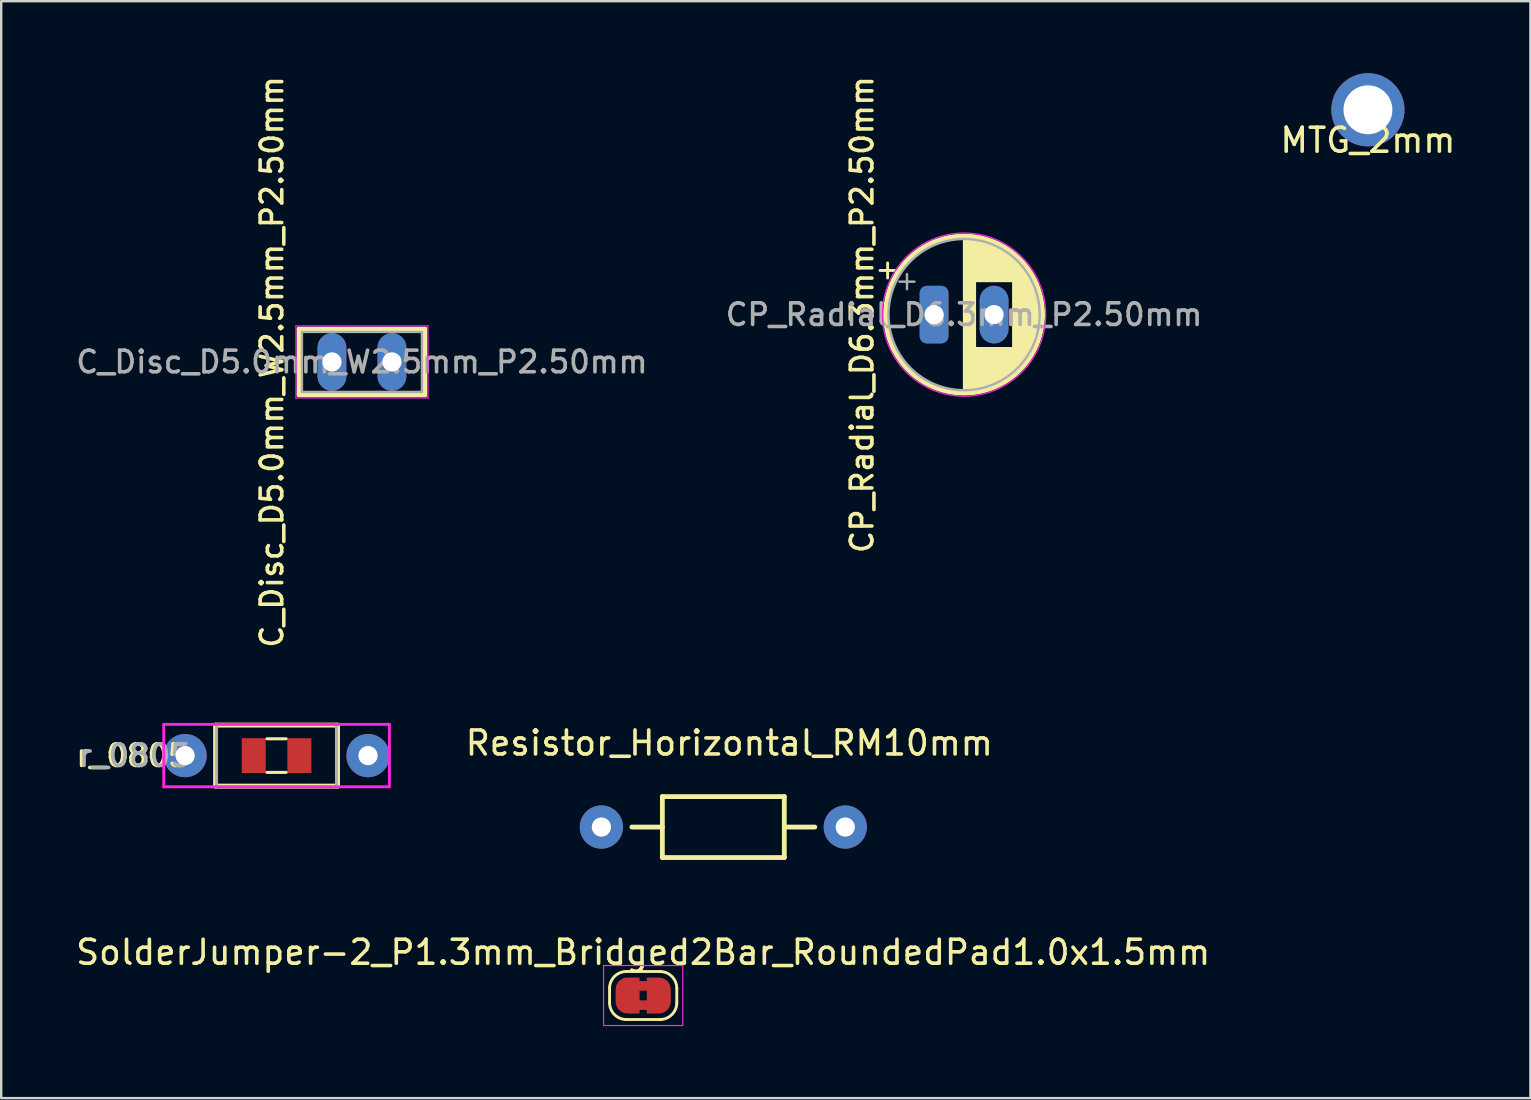
<source format=kicad_pcb>
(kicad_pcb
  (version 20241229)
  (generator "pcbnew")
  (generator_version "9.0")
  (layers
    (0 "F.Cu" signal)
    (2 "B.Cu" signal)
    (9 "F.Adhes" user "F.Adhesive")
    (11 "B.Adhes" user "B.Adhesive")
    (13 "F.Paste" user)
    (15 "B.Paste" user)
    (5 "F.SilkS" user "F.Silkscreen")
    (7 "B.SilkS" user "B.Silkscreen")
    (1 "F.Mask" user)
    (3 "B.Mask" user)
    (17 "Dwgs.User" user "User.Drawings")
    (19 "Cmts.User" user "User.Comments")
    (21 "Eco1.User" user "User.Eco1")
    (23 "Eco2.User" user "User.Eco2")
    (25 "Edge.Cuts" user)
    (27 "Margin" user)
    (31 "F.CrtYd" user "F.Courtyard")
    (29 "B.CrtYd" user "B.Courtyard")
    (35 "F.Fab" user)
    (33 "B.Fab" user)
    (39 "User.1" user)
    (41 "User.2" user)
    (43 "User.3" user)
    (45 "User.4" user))
  (footprint "Resistor_Horizontal_RM10mm"
    (layer "F.Cu")
    (at 27.083 31.404)
    (property "Reference" "Resistor_Horizontal_RM10mm" (at 0.249 -3.5 0) (layer "F.SilkS") (effects (font (size 1 1) (thickness 0.15))))
    (attr through_hole)
    (fp_line (start -2.54 -1.27) (end 2.54 -1.27) (stroke (width 0.2) (type solid)) (layer "F.SilkS"))
    (fp_line (start -2.54 0) (end -3.81 0) (stroke (width 0.2) (type solid)) (layer "F.SilkS"))
    (fp_line (start -2.54 1.27) (end -2.54 -1.27) (stroke (width 0.2) (type solid)) (layer "F.SilkS"))
    (fp_line (start 2.54 -1.27) (end 2.54 1.27) (stroke (width 0.2) (type solid)) (layer "F.SilkS"))
    (fp_line (start 2.54 0) (end 3.81 0) (stroke (width 0.2) (type solid)) (layer "F.SilkS"))
    (fp_line (start 2.54 1.27) (end -2.54 1.27) (stroke (width 0.2) (type solid)) (layer "F.SilkS"))
    (pad "1" thru_hole circle (at -5.08 0) (size 1.8 1.8) (drill 0.8) (layers "*.Cu" "*.Mask"))
    (pad "2" thru_hole circle (at 5.08 0) (size 1.8 1.8) (drill 0.8) (layers "*.Cu" "*.Mask")))
  (footprint "r_0805"
    (layer "F.Cu")
    (at 8.471 28.427)
    (property "Reference" "r_0805" (at -6 0 180) (layer "F.SilkS") (effects (font (size 0.9 0.9) (thickness 0.15))))
    (attr smd)
    (fp_line (start -2.54 -1.27) (end -2.54 1.27) (stroke (width 0.203) (type solid)) (layer "F.SilkS"))
    (fp_line (start -2.54 1.27) (end 2.54 1.27) (stroke (width 0.203) (type solid)) (layer "F.SilkS"))
    (fp_line (start -0.4 -0.7) (end 0.4 -0.7) (stroke (width 0.127) (type solid)) (layer "F.SilkS"))
    (fp_line (start 0.4 0.7) (end -0.4 0.7) (stroke (width 0.127) (type solid)) (layer "F.SilkS"))
    (fp_line (start 2.54 -1.27) (end -2.54 -1.27) (stroke (width 0.203) (type solid)) (layer "F.SilkS"))
    (fp_line (start 2.54 1.27) (end 2.54 -1.27) (stroke (width 0.203) (type solid)) (layer "F.SilkS"))
    (fp_line (start -4.7 -1.3) (end 4.7 -1.3) (stroke (width 0.12) (type solid)) (layer "F.CrtYd"))
    (fp_line (start -4.7 1.3) (end -4.7 -1.3) (stroke (width 0.12) (type solid)) (layer "F.CrtYd"))
    (fp_line (start 4.7 -1.3) (end 4.7 1.3) (stroke (width 0.12) (type solid)) (layer "F.CrtYd"))
    (fp_line (start 4.7 1.3) (end -4.7 1.3) (stroke (width 0.12) (type solid)) (layer "F.CrtYd"))
    (fp_line (start -2.5 -1.3) (end 2.5 -1.3) (stroke (width 0.12) (type solid)) (layer "F.Fab"))
    (fp_line (start -2.5 1.3) (end -2.5 -1.3) (stroke (width 0.12) (type solid)) (layer "F.Fab"))
    (fp_line (start 2.5 -1.3) (end 2.5 1.3) (stroke (width 0.12) (type solid)) (layer "F.Fab"))
    (fp_line (start 2.5 1.3) (end -2.5 1.3) (stroke (width 0.12) (type solid)) (layer "F.Fab"))
    (fp_text user "${REFERENCE}" (at -5.9 0 0) (layer "F.Fab") (effects (font (size 0.9 0.9) (thickness 0.15))))
    (pad "1" thru_hole circle (at -3.81 0) (size 1.8 1.8) (drill 0.8) (layers "*.Cu" "*.Mask"))
    (pad "1" smd rect (at -0.95 0) (size 1 1.45) (layers "F.Cu" "F.Mask" "F.Paste"))
    (pad "2" smd rect (at 0.95 0) (size 1 1.45) (layers "F.Cu" "F.Mask" "F.Paste"))
    (pad "2" thru_hole circle (at 3.81 0) (size 1.8 1.8) (drill 0.8) (layers "*.Cu" "*.Mask")))
  (footprint "C_Disc_D5.0mm_W2.5mm_P2.50mm"
    (layer "F.Cu")
    (at 10.778 12.028)
    (property "Reference" "C_Disc_D5.0mm_W2.5mm_P2.50mm" (at -2.5 0 270) (layer "F.SilkS") (effects (font (size 0.9 0.9) (thickness 0.15))))
    (attr through_hole)
    (fp_line (start -1.37 -1.37) (end -1.37 1.37) (stroke (width 0.2) (type solid)) (layer "F.SilkS"))
    (fp_line (start -1.37 -1.37) (end 3.87 -1.37) (stroke (width 0.2) (type solid)) (layer "F.SilkS"))
    (fp_line (start -1.37 1.37) (end 3.87 1.37) (stroke (width 0.2) (type solid)) (layer "F.SilkS"))
    (fp_line (start 3.87 -1.37) (end 3.87 1.37) (stroke (width 0.2) (type solid)) (layer "F.SilkS"))
    (fp_line (start -1.5 -1.5) (end -1.5 1.5) (stroke (width 0.05) (type solid)) (layer "F.CrtYd"))
    (fp_line (start -1.5 1.5) (end 4 1.5) (stroke (width 0.05) (type solid)) (layer "F.CrtYd"))
    (fp_line (start 4 -1.5) (end -1.5 -1.5) (stroke (width 0.05) (type solid)) (layer "F.CrtYd"))
    (fp_line (start 4 1.5) (end 4 -1.5) (stroke (width 0.05) (type solid)) (layer "F.CrtYd"))
    (fp_line (start -1.25 -1.25) (end -1.25 1.25) (stroke (width 0.1) (type solid)) (layer "F.Fab"))
    (fp_line (start -1.25 1.25) (end 3.75 1.25) (stroke (width 0.1) (type solid)) (layer "F.Fab"))
    (fp_line (start 3.75 -1.25) (end -1.25 -1.25) (stroke (width 0.1) (type solid)) (layer "F.Fab"))
    (fp_line (start 3.75 1.25) (end 3.75 -1.25) (stroke (width 0.1) (type solid)) (layer "F.Fab"))
    (fp_text user "${REFERENCE}" (at 1.25 0 0) (layer "F.Fab") (effects (font (size 0.9 0.9) (thickness 0.15))))
    (pad "1" thru_hole oval (at 0 0) (size 1.2 2.4) (drill 0.8) (layers "*.Cu" "*.Mask"))
    (pad "2" thru_hole oval (at 2.5 0) (size 1.2 2.4) (drill 0.8) (layers "*.Cu" "*.Mask")))
  (footprint "CP_Radial_D6.3mm_P2.50mm"
    (layer "F.Cu")
    (at 35.862 10.056)
    (property "Reference" "CP_Radial_D6.3mm_P2.50mm" (at -3 0 90) (layer "F.SilkS") (effects (font (size 0.9 0.9) (thickness 0.15))))
    (attr through_hole)
    (fp_line (start -2.25 -1.839) (end -1.62 -1.839) (stroke (width 0.12) (type solid)) (layer "F.SilkS"))
    (fp_line (start -1.935 -2.154) (end -1.935 -1.524) (stroke (width 0.12) (type solid)) (layer "F.SilkS"))
    (fp_circle (center 1.25 0) (end 4.52 0) (stroke (width 0.2) (type solid)) (fill no) (layer "F.SilkS"))
    (fp_poly (pts (xy 1.7 1.4) (xy 1.25 1.4) (xy 1.25 -1.4) (xy 1.7 -1.4)) (stroke (width 0.1) (type solid)) (fill yes) (layer "F.SilkS"))
    (fp_poly (pts (xy 2 -3.2) (xy 3 -2.8) (xy 3.8 -2) (xy 4.4 -1) (xy 4.52 0) (xy 4.4 1) (xy 3.8 2) (xy 3 2.8) (xy 2 3.2) (xy 1.25 3.27) (xy 1.25 1.4) (xy 3.3 1.4) (xy 3.3 -1.4) (xy 1.25 -1.4) (xy 1.25 -3.27)) (stroke (width 0.1) (type solid)) (fill yes) (layer "F.SilkS"))
    (fp_circle (center 1.25 0) (end 4.65 0) (stroke (width 0.05) (type solid)) (fill no) (layer "F.CrtYd"))
    (fp_line (start -1.444 -1.373) (end -0.814 -1.373) (stroke (width 0.1) (type solid)) (layer "F.Fab"))
    (fp_line (start -1.129 -1.688) (end -1.129 -1.058) (stroke (width 0.1) (type solid)) (layer "F.Fab"))
    (fp_circle (center 1.25 0) (end 4.4 0) (stroke (width 0.1) (type solid)) (fill no) (layer "F.Fab"))
    (fp_text user "${REFERENCE}" (at 1.25 0 180) (layer "F.Fab") (effects (font (size 0.9 0.9) (thickness 0.15))))
    (pad "1" thru_hole roundrect (at 0 0) (size 1.2 2.4) (drill 0.8) (layers "*.Cu" "*.Mask") (roundrect_rratio 0.25))
    (pad "2" thru_hole oval (at 2.5 0) (size 1.2 2.4) (drill 0.8) (layers "*.Cu" "*.Mask")))
  (footprint "SolderJumper-2_P1.3mm_Bridged2Bar_RoundedPad1.0x1.5mm"
    (layer "F.Cu")
    (at 23.744 38.422)
    (property "Reference" "SolderJumper-2_P1.3mm_Bridged2Bar_RoundedPad1.0x1.5mm" (at 0 -1.8 0) (layer "F.SilkS") (effects (font (size 1 1) (thickness 0.15))))
    (attr exclude_from_pos_files exclude_from_bom)
    (fp_poly (pts (xy -0.25 -0.6) (xy 0.25 -0.6) (xy 0.25 -0.2) (xy -0.25 -0.2)) (stroke (width 0) (type solid)) (fill yes) (layer "F.Cu"))
    (fp_poly (pts (xy -0.25 0.2) (xy 0.25 0.2) (xy 0.25 0.6) (xy -0.25 0.6)) (stroke (width 0) (type solid)) (fill yes) (layer "F.Cu"))
    (fp_line (start -1.4 0.3) (end -1.4 -0.3) (stroke (width 0.12) (type solid)) (layer "F.SilkS"))
    (fp_line (start -0.7 -1) (end 0.7 -1) (stroke (width 0.12) (type solid)) (layer "F.SilkS"))
    (fp_line (start 0.7 1) (end -0.7 1) (stroke (width 0.12) (type solid)) (layer "F.SilkS"))
    (fp_line (start 1.4 -0.3) (end 1.4 0.3) (stroke (width 0.12) (type solid)) (layer "F.SilkS"))
    (fp_arc (start -1.4 -0.3) (mid -1.194975 -0.794975) (end -0.7 -1) (stroke (width 0.12) (type solid)) (layer "F.SilkS"))
    (fp_arc (start -0.7 1) (mid -1.194975 0.794975) (end -1.4 0.3) (stroke (width 0.12) (type solid)) (layer "F.SilkS"))
    (fp_arc (start 0.7 -1) (mid 1.194975 -0.794975) (end 1.4 -0.3) (stroke (width 0.12) (type solid)) (layer "F.SilkS"))
    (fp_arc (start 1.4 0.3) (mid 1.194975 0.794975) (end 0.7 1) (stroke (width 0.12) (type solid)) (layer "F.SilkS"))
    (fp_line (start -1.65 -1.25) (end -1.65 1.25) (stroke (width 0.05) (type solid)) (layer "F.CrtYd"))
    (fp_line (start -1.65 -1.25) (end 1.65 -1.25) (stroke (width 0.05) (type solid)) (layer "F.CrtYd"))
    (fp_line (start 1.65 1.25) (end -1.65 1.25) (stroke (width 0.05) (type solid)) (layer "F.CrtYd"))
    (fp_line (start 1.65 1.25) (end 1.65 -1.25) (stroke (width 0.05) (type solid)) (layer "F.CrtYd"))
    (pad "1" smd custom (at -0.65 0) (size 1 0.5) (layers "F.Cu" "F.Mask") (options (anchor rect)) (primitives (gr_circle (center 0 0.25) (end 0.5 0.25) (width 0) (fill yes)) (gr_circle (center 0 -0.25) (end 0.5 -0.25) (width 0) (fill yes)) (gr_poly (pts (xy 0.5 0.75) (xy 0.5 -0.75) (xy 0 -0.75) (xy 0 0.75)) (width 0) (fill yes))))
    (pad "2" smd custom (at 0.65 0) (size 1 0.5) (layers "F.Cu" "F.Mask") (options (anchor rect)) (primitives (gr_circle (center 0 0.25) (end 0.5 0.25) (width 0) (fill yes)) (gr_circle (center 0 -0.25) (end 0.5 -0.25) (width 0) (fill yes)) (gr_poly (pts (xy -0.5 0.75) (xy -0.5 -0.75) (xy 0 -0.75) (xy 0 0.75)) (width 0) (fill yes)))))
  (footprint "MTG_2mm"
    (layer "F.Cu")
    (at 53.936 1.524)
    (property "Reference" "MTG_2mm" (at 0 1.27 0) (layer "F.SilkS") (effects (font (size 1 1) (thickness 0.15))))
    (attr through_hole)
    (pad "1" thru_hole circle (at 0 0) (size 3.048 3.048) (drill 2.036) (layers "*.Cu" "*.Mask")))
  (gr_rect
    (start -3 -3)
    (end 60.704 42.697)
    (stroke (width 0.1) (type default))
    (fill no)
    (layer "Edge.Cuts")))
</source>
